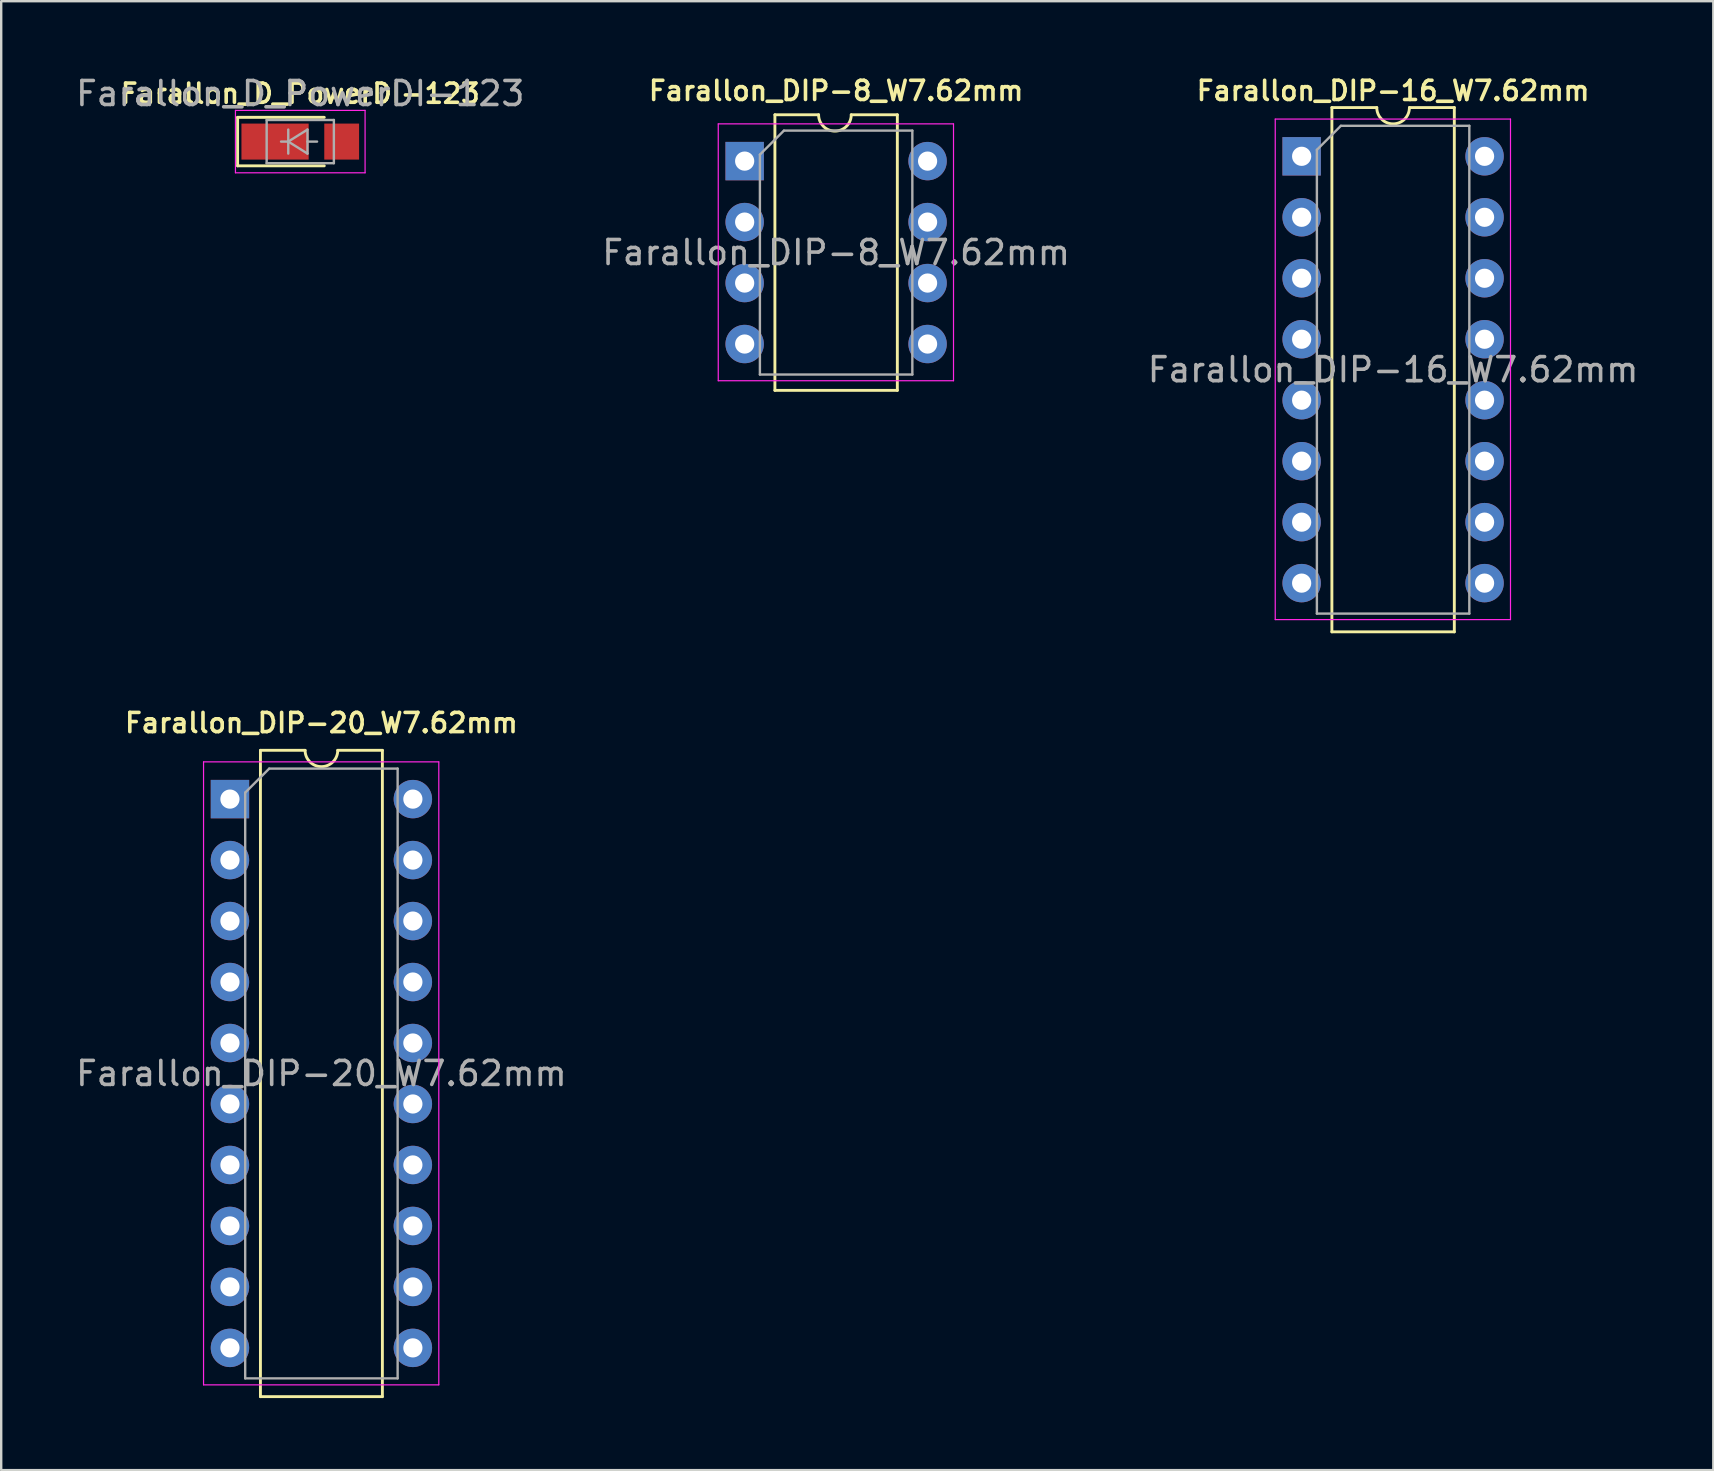
<source format=kicad_pcb>
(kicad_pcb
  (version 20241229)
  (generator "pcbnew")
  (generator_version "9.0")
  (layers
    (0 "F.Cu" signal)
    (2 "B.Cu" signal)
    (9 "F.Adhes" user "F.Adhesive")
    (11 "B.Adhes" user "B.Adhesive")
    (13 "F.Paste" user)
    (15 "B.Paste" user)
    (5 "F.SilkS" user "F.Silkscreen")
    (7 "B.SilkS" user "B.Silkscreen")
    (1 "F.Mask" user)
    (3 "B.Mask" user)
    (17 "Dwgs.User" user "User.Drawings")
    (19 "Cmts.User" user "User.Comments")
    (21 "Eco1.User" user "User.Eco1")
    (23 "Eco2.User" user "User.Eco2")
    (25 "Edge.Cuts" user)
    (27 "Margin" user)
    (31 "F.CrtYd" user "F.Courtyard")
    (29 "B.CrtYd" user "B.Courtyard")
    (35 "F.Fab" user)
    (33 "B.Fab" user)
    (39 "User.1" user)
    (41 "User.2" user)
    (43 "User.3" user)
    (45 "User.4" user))
  (footprint "Farallon_DIP-16_W7.62mm"
    (layer "F.Cu")
    (at 51.172 3.461)
    (property "Reference" "Farallon_DIP-16_W7.62mm" (at 3.81 -2.73 0) (layer "F.SilkS") (effects (font (size 0.8 0.8) (thickness 0.15))))
    (attr through_hole)
    (fp_line (start 1.26 -2.03) (end 1.26 19.81) (stroke (width 0.12) (type solid)) (layer "F.SilkS"))
    (fp_line (start 1.26 19.81) (end 6.36 19.81) (stroke (width 0.12) (type solid)) (layer "F.SilkS"))
    (fp_line (start 3.13 -2.03) (end 1.26 -2.03) (stroke (width 0.12) (type solid)) (layer "F.SilkS"))
    (fp_line (start 6.36 -2.03) (end 4.49 -2.03) (stroke (width 0.12) (type solid)) (layer "F.SilkS"))
    (fp_line (start 6.36 19.81) (end 6.36 -2.03) (stroke (width 0.12) (type solid)) (layer "F.SilkS"))
    (fp_arc (start 4.49 -2.03) (mid 3.81 -1.35) (end 3.13 -2.03) (stroke (width 0.12) (type solid)) (layer "F.SilkS"))
    (fp_line (start -1.1 -1.55) (end -1.1 19.3) (stroke (width 0.05) (type solid)) (layer "F.CrtYd"))
    (fp_line (start -1.1 19.3) (end 8.7 19.3) (stroke (width 0.05) (type solid)) (layer "F.CrtYd"))
    (fp_line (start 8.7 -1.55) (end -1.1 -1.55) (stroke (width 0.05) (type solid)) (layer "F.CrtYd"))
    (fp_line (start 8.7 19.3) (end 8.7 -1.55) (stroke (width 0.05) (type solid)) (layer "F.CrtYd"))
    (fp_line (start 0.635 -0.27) (end 1.635 -1.27) (stroke (width 0.1) (type solid)) (layer "F.Fab"))
    (fp_line (start 0.635 19.05) (end 0.635 -0.27) (stroke (width 0.1) (type solid)) (layer "F.Fab"))
    (fp_line (start 1.635 -1.27) (end 6.985 -1.27) (stroke (width 0.1) (type solid)) (layer "F.Fab"))
    (fp_line (start 6.985 -1.27) (end 6.985 19.05) (stroke (width 0.1) (type solid)) (layer "F.Fab"))
    (fp_line (start 6.985 19.05) (end 0.635 19.05) (stroke (width 0.1) (type solid)) (layer "F.Fab"))
    (fp_text user "${REFERENCE}" (at 3.81 8.89 0) (layer "F.Fab") (effects (font (size 1 1) (thickness 0.15))))
    (pad "1" thru_hole rect (at 0 0) (size 1.6 1.6) (drill 0.8) (layers "*.Cu" "*.Mask"))
    (pad "2" thru_hole oval (at 0 2.54) (size 1.6 1.6) (drill 0.8) (layers "*.Cu" "*.Mask"))
    (pad "3" thru_hole oval (at 0 5.08) (size 1.6 1.6) (drill 0.8) (layers "*.Cu" "*.Mask"))
    (pad "4" thru_hole oval (at 0 7.62) (size 1.6 1.6) (drill 0.8) (layers "*.Cu" "*.Mask"))
    (pad "5" thru_hole oval (at 0 10.16) (size 1.6 1.6) (drill 0.8) (layers "*.Cu" "*.Mask"))
    (pad "6" thru_hole oval (at 0 12.7) (size 1.6 1.6) (drill 0.8) (layers "*.Cu" "*.Mask"))
    (pad "7" thru_hole oval (at 0 15.24) (size 1.6 1.6) (drill 0.8) (layers "*.Cu" "*.Mask"))
    (pad "8" thru_hole oval (at 0 17.78) (size 1.6 1.6) (drill 0.8) (layers "*.Cu" "*.Mask"))
    (pad "9" thru_hole oval (at 7.62 17.78) (size 1.6 1.6) (drill 0.8) (layers "*.Cu" "*.Mask"))
    (pad "10" thru_hole oval (at 7.62 15.24) (size 1.6 1.6) (drill 0.8) (layers "*.Cu" "*.Mask"))
    (pad "11" thru_hole oval (at 7.62 12.7) (size 1.6 1.6) (drill 0.8) (layers "*.Cu" "*.Mask"))
    (pad "12" thru_hole oval (at 7.62 10.16) (size 1.6 1.6) (drill 0.8) (layers "*.Cu" "*.Mask"))
    (pad "13" thru_hole oval (at 7.62 7.62) (size 1.6 1.6) (drill 0.8) (layers "*.Cu" "*.Mask"))
    (pad "14" thru_hole oval (at 7.62 5.08) (size 1.6 1.6) (drill 0.8) (layers "*.Cu" "*.Mask"))
    (pad "15" thru_hole oval (at 7.62 2.54) (size 1.6 1.6) (drill 0.8) (layers "*.Cu" "*.Mask"))
    (pad "16" thru_hole oval (at 7.62 0) (size 1.6 1.6) (drill 0.8) (layers "*.Cu" "*.Mask")))
  (footprint "Farallon_D_PowerDI-123"
    (layer "F.Cu")
    (at 9.458 2.848)
    (property "Reference" "Farallon_D_PowerDI-123" (at 0 -2 0) (layer "F.SilkS") (effects (font (size 0.8 0.8) (thickness 0.15))))
    (attr smd)
    (fp_line (start -2.61 1.01) (end -2.61 -1.01) (stroke (width 0.12) (type solid)) (layer "F.SilkS"))
    (fp_line (start -2.61 1.01) (end 1 1.01) (stroke (width 0.12) (type solid)) (layer "F.SilkS"))
    (fp_line (start 1 -1.01) (end -2.61 -1.01) (stroke (width 0.12) (type solid)) (layer "F.SilkS"))
    (fp_line (start -2.7 -1.3) (end 2.7 -1.3) (stroke (width 0.05) (type solid)) (layer "F.CrtYd"))
    (fp_line (start -2.7 1.3) (end -2.7 -1.3) (stroke (width 0.05) (type solid)) (layer "F.CrtYd"))
    (fp_line (start 2.7 -1.3) (end 2.7 1.3) (stroke (width 0.05) (type solid)) (layer "F.CrtYd"))
    (fp_line (start 2.7 1.3) (end -2.7 1.3) (stroke (width 0.05) (type solid)) (layer "F.CrtYd"))
    (fp_line (start -1.4 -0.9) (end 1.4 -0.9) (stroke (width 0.1) (type solid)) (layer "F.Fab"))
    (fp_line (start -1.4 0.9) (end -1.4 -0.9) (stroke (width 0.1) (type solid)) (layer "F.Fab"))
    (fp_line (start -0.8 0) (end -0.5 0) (stroke (width 0.1) (type solid)) (layer "F.Fab"))
    (fp_line (start -0.5 0) (end -0.5 -0.5) (stroke (width 0.1) (type solid)) (layer "F.Fab"))
    (fp_line (start -0.5 0) (end -0.5 0.5) (stroke (width 0.1) (type solid)) (layer "F.Fab"))
    (fp_line (start -0.5 0) (end 0.3 0.5) (stroke (width 0.1) (type solid)) (layer "F.Fab"))
    (fp_line (start 0.3 -0.5) (end -0.5 0) (stroke (width 0.1) (type solid)) (layer "F.Fab"))
    (fp_line (start 0.3 0) (end 0.7 0) (stroke (width 0.1) (type solid)) (layer "F.Fab"))
    (fp_line (start 0.3 0.5) (end 0.3 -0.5) (stroke (width 0.1) (type solid)) (layer "F.Fab"))
    (fp_line (start 1.4 -0.9) (end 1.4 0.9) (stroke (width 0.1) (type solid)) (layer "F.Fab"))
    (fp_line (start 1.4 0.9) (end -1.4 0.9) (stroke (width 0.1) (type solid)) (layer "F.Fab"))
    (fp_text user "${REFERENCE}" (at 0 -2 0) (layer "F.Fab") (effects (font (size 1 1) (thickness 0.15))))
    (pad "1" smd rect (at -1.05 0 180) (size 2.8 1.5) (layers "F.Cu" "F.Mask" "F.Paste"))
    (pad "2" smd rect (at 1.725 0 180) (size 1.45 1.5) (layers "F.Cu" "F.Mask" "F.Paste")))
  (footprint "Farallon_DIP-20_W7.62mm"
    (layer "F.Cu")
    (at 6.529 30.238)
    (property "Reference" "Farallon_DIP-20_W7.62mm" (at 3.81 -3.175 0) (layer "F.SilkS") (effects (font (size 0.8 0.8) (thickness 0.15))))
    (attr through_hole)
    (fp_line (start 1.27 -2.032) (end 1.27 24.892) (stroke (width 0.12) (type solid)) (layer "F.SilkS"))
    (fp_line (start 1.27 24.892) (end 6.35 24.892) (stroke (width 0.12) (type solid)) (layer "F.SilkS"))
    (fp_line (start 3.13 -2.032) (end 1.27 -2.032) (stroke (width 0.12) (type solid)) (layer "F.SilkS"))
    (fp_line (start 6.35 -2.032) (end 4.49 -2.032) (stroke (width 0.12) (type solid)) (layer "F.SilkS"))
    (fp_line (start 6.35 24.892) (end 6.35 -2.032) (stroke (width 0.12) (type solid)) (layer "F.SilkS"))
    (fp_arc (start 4.49 -2.032) (mid 3.81 -1.352) (end 3.13 -2.032) (stroke (width 0.12) (type solid)) (layer "F.SilkS"))
    (fp_line (start -1.1 -1.55) (end -1.1 24.4) (stroke (width 0.05) (type solid)) (layer "F.CrtYd"))
    (fp_line (start -1.1 24.4) (end 8.7 24.4) (stroke (width 0.05) (type solid)) (layer "F.CrtYd"))
    (fp_line (start 8.7 -1.55) (end -1.1 -1.55) (stroke (width 0.05) (type solid)) (layer "F.CrtYd"))
    (fp_line (start 8.7 24.4) (end 8.7 -1.55) (stroke (width 0.05) (type solid)) (layer "F.CrtYd"))
    (fp_line (start 0.635 -0.27) (end 1.635 -1.27) (stroke (width 0.1) (type solid)) (layer "F.Fab"))
    (fp_line (start 0.635 24.13) (end 0.635 -0.27) (stroke (width 0.1) (type solid)) (layer "F.Fab"))
    (fp_line (start 1.635 -1.27) (end 6.985 -1.27) (stroke (width 0.1) (type solid)) (layer "F.Fab"))
    (fp_line (start 6.985 -1.27) (end 6.985 24.13) (stroke (width 0.1) (type solid)) (layer "F.Fab"))
    (fp_line (start 6.985 24.13) (end 0.635 24.13) (stroke (width 0.1) (type solid)) (layer "F.Fab"))
    (fp_text user "${REFERENCE}" (at 3.81 11.43 0) (layer "F.Fab") (effects (font (size 1 1) (thickness 0.15))))
    (pad "1" thru_hole rect (at 0 0) (size 1.6 1.6) (drill 0.8) (layers "*.Cu" "*.Mask"))
    (pad "2" thru_hole oval (at 0 2.54) (size 1.6 1.6) (drill 0.8) (layers "*.Cu" "*.Mask"))
    (pad "3" thru_hole oval (at 0 5.08) (size 1.6 1.6) (drill 0.8) (layers "*.Cu" "*.Mask"))
    (pad "4" thru_hole oval (at 0 7.62) (size 1.6 1.6) (drill 0.8) (layers "*.Cu" "*.Mask"))
    (pad "5" thru_hole oval (at 0 10.16) (size 1.6 1.6) (drill 0.8) (layers "*.Cu" "*.Mask"))
    (pad "6" thru_hole oval (at 0 12.7) (size 1.6 1.6) (drill 0.8) (layers "*.Cu" "*.Mask"))
    (pad "7" thru_hole oval (at 0 15.24) (size 1.6 1.6) (drill 0.8) (layers "*.Cu" "*.Mask"))
    (pad "8" thru_hole oval (at 0 17.78) (size 1.6 1.6) (drill 0.8) (layers "*.Cu" "*.Mask"))
    (pad "9" thru_hole oval (at 0 20.32) (size 1.6 1.6) (drill 0.8) (layers "*.Cu" "*.Mask"))
    (pad "10" thru_hole oval (at 0 22.86) (size 1.6 1.6) (drill 0.8) (layers "*.Cu" "*.Mask"))
    (pad "11" thru_hole oval (at 7.62 22.86) (size 1.6 1.6) (drill 0.8) (layers "*.Cu" "*.Mask"))
    (pad "12" thru_hole oval (at 7.62 20.32) (size 1.6 1.6) (drill 0.8) (layers "*.Cu" "*.Mask"))
    (pad "13" thru_hole oval (at 7.62 17.78) (size 1.6 1.6) (drill 0.8) (layers "*.Cu" "*.Mask"))
    (pad "14" thru_hole oval (at 7.62 15.24) (size 1.6 1.6) (drill 0.8) (layers "*.Cu" "*.Mask"))
    (pad "15" thru_hole oval (at 7.62 12.7) (size 1.6 1.6) (drill 0.8) (layers "*.Cu" "*.Mask"))
    (pad "16" thru_hole oval (at 7.62 10.16) (size 1.6 1.6) (drill 0.8) (layers "*.Cu" "*.Mask"))
    (pad "17" thru_hole oval (at 7.62 7.62) (size 1.6 1.6) (drill 0.8) (layers "*.Cu" "*.Mask"))
    (pad "18" thru_hole oval (at 7.62 5.08) (size 1.6 1.6) (drill 0.8) (layers "*.Cu" "*.Mask"))
    (pad "19" thru_hole oval (at 7.62 2.54) (size 1.6 1.6) (drill 0.8) (layers "*.Cu" "*.Mask"))
    (pad "20" thru_hole oval (at 7.62 0) (size 1.6 1.6) (drill 0.8) (layers "*.Cu" "*.Mask")))
  (footprint "Farallon_DIP-8_W7.62mm"
    (layer "F.Cu")
    (at 27.97 3.661)
    (property "Reference" "Farallon_DIP-8_W7.62mm" (at 3.81 -2.93 0) (layer "F.SilkS") (effects (font (size 0.8 0.8) (thickness 0.15))))
    (attr through_hole)
    (fp_line (start 1.26 -1.93) (end 1.26 9.55) (stroke (width 0.12) (type solid)) (layer "F.SilkS"))
    (fp_line (start 1.26 9.55) (end 6.36 9.55) (stroke (width 0.12) (type solid)) (layer "F.SilkS"))
    (fp_line (start 3.08 -1.93) (end 1.26 -1.93) (stroke (width 0.12) (type solid)) (layer "F.SilkS"))
    (fp_line (start 6.36 -1.93) (end 4.44 -1.93) (stroke (width 0.12) (type solid)) (layer "F.SilkS"))
    (fp_line (start 6.36 9.55) (end 6.36 -1.93) (stroke (width 0.12) (type solid)) (layer "F.SilkS"))
    (fp_arc (start 4.44 -1.93) (mid 3.76 -1.25) (end 3.08 -1.93) (stroke (width 0.12) (type solid)) (layer "F.SilkS"))
    (fp_line (start -1.1 -1.55) (end -1.1 9.15) (stroke (width 0.05) (type solid)) (layer "F.CrtYd"))
    (fp_line (start -1.1 9.15) (end 8.7 9.15) (stroke (width 0.05) (type solid)) (layer "F.CrtYd"))
    (fp_line (start 8.7 -1.55) (end -1.1 -1.55) (stroke (width 0.05) (type solid)) (layer "F.CrtYd"))
    (fp_line (start 8.7 9.15) (end 8.7 -1.55) (stroke (width 0.05) (type solid)) (layer "F.CrtYd"))
    (fp_line (start 0.635 -0.27) (end 1.635 -1.27) (stroke (width 0.1) (type solid)) (layer "F.Fab"))
    (fp_line (start 0.635 8.89) (end 0.635 -0.27) (stroke (width 0.1) (type solid)) (layer "F.Fab"))
    (fp_line (start 1.635 -1.27) (end 6.985 -1.27) (stroke (width 0.1) (type solid)) (layer "F.Fab"))
    (fp_line (start 6.985 -1.27) (end 6.985 8.89) (stroke (width 0.1) (type solid)) (layer "F.Fab"))
    (fp_line (start 6.985 8.89) (end 0.635 8.89) (stroke (width 0.1) (type solid)) (layer "F.Fab"))
    (fp_text user "${REFERENCE}" (at 3.81 3.81 0) (layer "F.Fab") (effects (font (size 1 1) (thickness 0.15))))
    (pad "1" thru_hole rect (at 0 0) (size 1.6 1.6) (drill 0.8) (layers "*.Cu" "*.Mask"))
    (pad "2" thru_hole oval (at 0 2.54) (size 1.6 1.6) (drill 0.8) (layers "*.Cu" "*.Mask"))
    (pad "3" thru_hole oval (at 0 5.08) (size 1.6 1.6) (drill 0.8) (layers "*.Cu" "*.Mask"))
    (pad "4" thru_hole oval (at 0 7.62) (size 1.6 1.6) (drill 0.8) (layers "*.Cu" "*.Mask"))
    (pad "5" thru_hole oval (at 7.62 7.62) (size 1.6 1.6) (drill 0.8) (layers "*.Cu" "*.Mask"))
    (pad "6" thru_hole oval (at 7.62 5.08) (size 1.6 1.6) (drill 0.8) (layers "*.Cu" "*.Mask"))
    (pad "7" thru_hole oval (at 7.62 2.54) (size 1.6 1.6) (drill 0.8) (layers "*.Cu" "*.Mask"))
    (pad "8" thru_hole oval (at 7.62 0) (size 1.6 1.6) (drill 0.8) (layers "*.Cu" "*.Mask")))
  (gr_rect
    (start -3 -3)
    (end 68.321 58.19)
    (stroke (width 0.1) (type default))
    (fill no)
    (layer "Edge.Cuts")))
</source>
